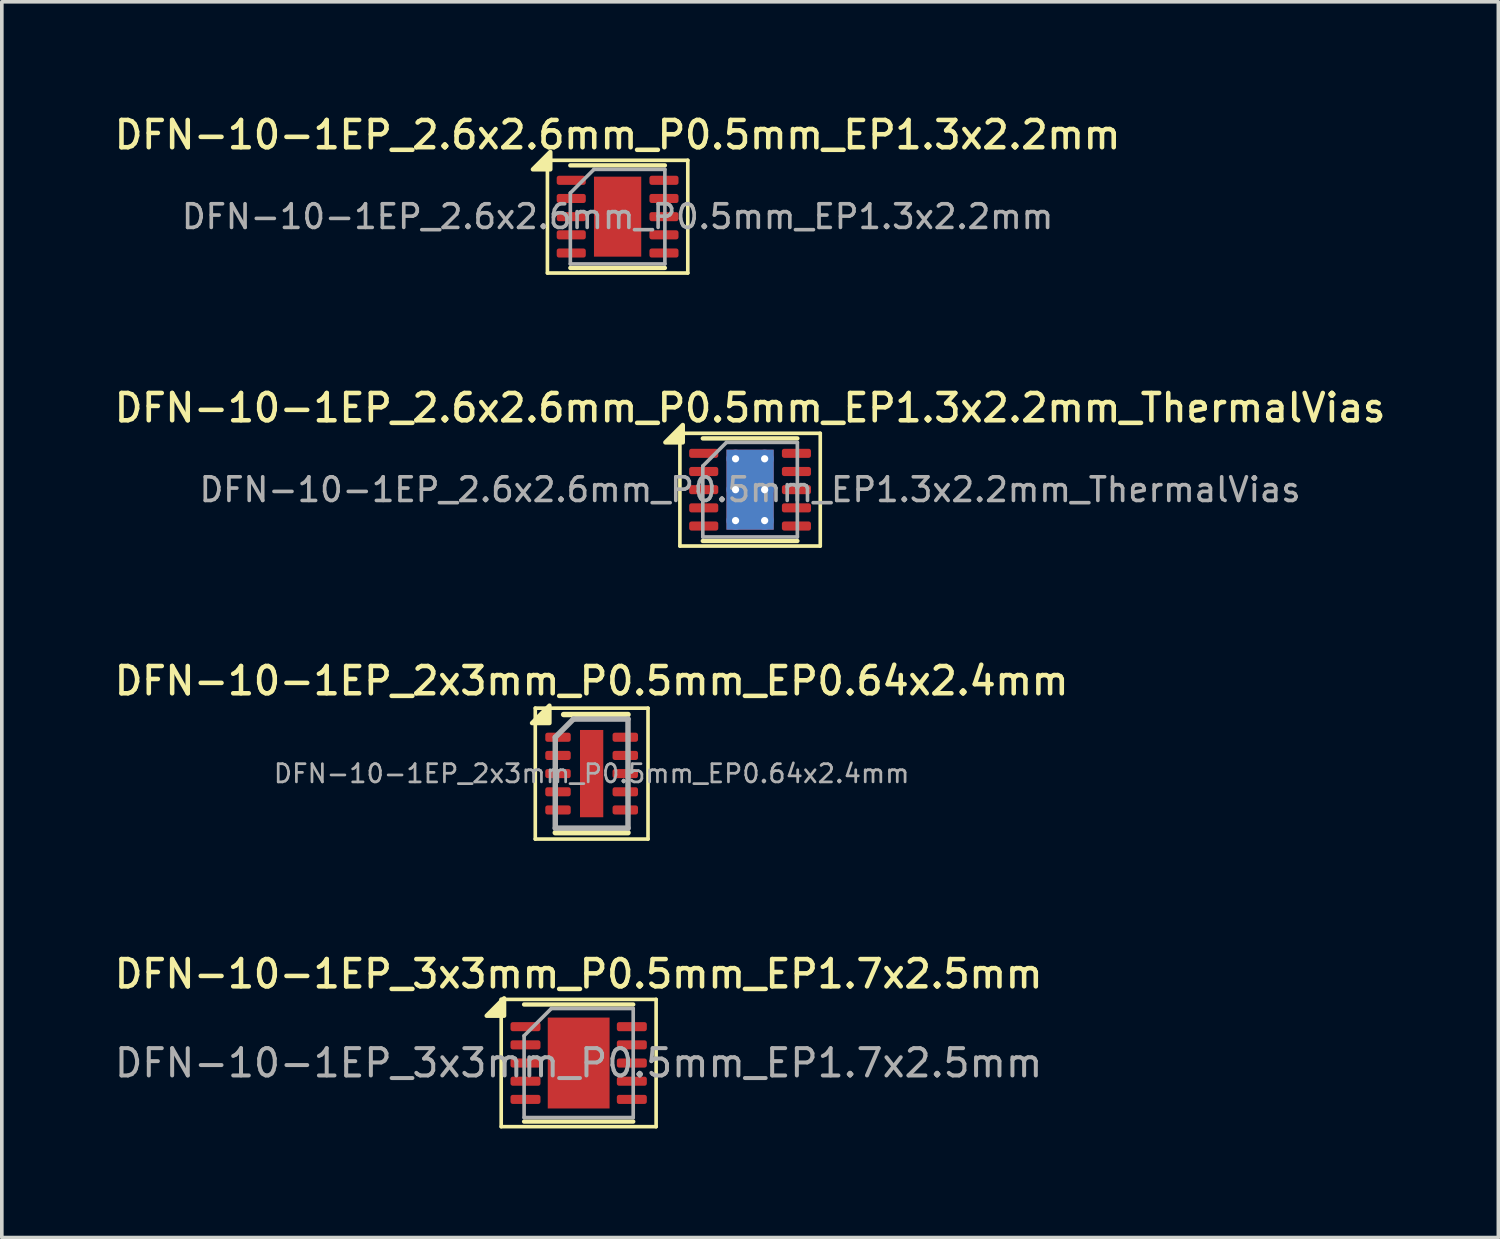
<source format=kicad_pcb>
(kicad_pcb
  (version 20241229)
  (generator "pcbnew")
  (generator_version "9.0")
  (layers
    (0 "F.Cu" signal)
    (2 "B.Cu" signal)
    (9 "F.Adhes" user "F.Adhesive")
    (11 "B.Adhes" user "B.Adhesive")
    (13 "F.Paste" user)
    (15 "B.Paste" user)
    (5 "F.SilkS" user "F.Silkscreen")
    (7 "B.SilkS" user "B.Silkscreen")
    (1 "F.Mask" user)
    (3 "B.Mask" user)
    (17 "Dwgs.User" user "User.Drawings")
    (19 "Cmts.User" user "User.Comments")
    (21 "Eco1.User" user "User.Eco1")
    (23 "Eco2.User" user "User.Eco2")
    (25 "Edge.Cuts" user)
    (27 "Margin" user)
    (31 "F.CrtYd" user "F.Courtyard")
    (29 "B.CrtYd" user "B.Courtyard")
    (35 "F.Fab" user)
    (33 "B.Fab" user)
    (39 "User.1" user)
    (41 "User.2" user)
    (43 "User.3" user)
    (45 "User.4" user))
  (footprint "DFN-10-1EP_3x3mm_P0.5mm_EP1.7x2.5mm"
    (layer "F.Cu")
    (at 12.863 26.183)
    (property "Reference" "DFN-10-1EP_3x3mm_P0.5mm_EP1.7x2.5mm" (at 0 -2.45 0) (layer "F.SilkS") (effects (font (size 0.75 0.75) (thickness 0.125))))
    (attr smd)
    (fp_line (start -2.13 -1.75) (end -2.13 1.75) (stroke (width 0.1) (type solid)) (layer "F.SilkS"))
    (fp_line (start -2.13 1.75) (end 2.13 1.75) (stroke (width 0.1) (type solid)) (layer "F.SilkS"))
    (fp_line (start -1.5 -1.61) (end 1.5 -1.61) (stroke (width 0.12) (type solid)) (layer "F.SilkS"))
    (fp_line (start -1.5 1.61) (end 1.5 1.61) (stroke (width 0.12) (type solid)) (layer "F.SilkS"))
    (fp_line (start 2.13 -1.75) (end -2.13 -1.75) (stroke (width 0.1) (type solid)) (layer "F.SilkS"))
    (fp_line (start 2.13 1.75) (end 2.13 -1.75) (stroke (width 0.1) (type solid)) (layer "F.SilkS"))
    (fp_poly (pts (xy -2.05 -1.3) (xy -2.53 -1.3) (xy -2.05 -1.78) (xy -2.05 -1.3)) (stroke (width 0.12) (type solid)) (fill yes) (layer "F.SilkS"))
    (fp_line (start -1.5 -0.75) (end -0.75 -1.5) (stroke (width 0.1) (type solid)) (layer "F.Fab"))
    (fp_line (start -1.5 1.5) (end -1.5 -0.75) (stroke (width 0.1) (type solid)) (layer "F.Fab"))
    (fp_line (start -0.75 -1.5) (end 1.5 -1.5) (stroke (width 0.1) (type solid)) (layer "F.Fab"))
    (fp_line (start 1.5 -1.5) (end 1.5 1.5) (stroke (width 0.1) (type solid)) (layer "F.Fab"))
    (fp_line (start 1.5 1.5) (end -1.5 1.5) (stroke (width 0.1) (type solid)) (layer "F.Fab"))
    (fp_text user "${REFERENCE}" (at 0 0 0) (layer "F.Fab") (effects (font (size 0.75 0.75) (thickness 0.11))))
    (pad "" smd roundrect (at -0.425 -0.625) (size 0.69 1.01) (layers "F.Paste") (roundrect_rratio 0.25))
    (pad "" smd roundrect (at -0.425 0.625) (size 0.69 1.01) (layers "F.Paste") (roundrect_rratio 0.25))
    (pad "" smd roundrect (at 0.425 -0.625) (size 0.69 1.01) (layers "F.Paste") (roundrect_rratio 0.25))
    (pad "" smd roundrect (at 0.425 0.625) (size 0.69 1.01) (layers "F.Paste") (roundrect_rratio 0.25))
    (pad "1" smd roundrect (at -1.462 -1) (size 0.825 0.25) (layers "F.Cu" "F.Mask" "F.Paste") (roundrect_rratio 0.25))
    (pad "2" smd roundrect (at -1.462 -0.5) (size 0.825 0.25) (layers "F.Cu" "F.Mask" "F.Paste") (roundrect_rratio 0.25))
    (pad "3" smd roundrect (at -1.462 0) (size 0.825 0.25) (layers "F.Cu" "F.Mask" "F.Paste") (roundrect_rratio 0.25))
    (pad "4" smd roundrect (at -1.462 0.5) (size 0.825 0.25) (layers "F.Cu" "F.Mask" "F.Paste") (roundrect_rratio 0.25))
    (pad "5" smd roundrect (at -1.462 1) (size 0.825 0.25) (layers "F.Cu" "F.Mask" "F.Paste") (roundrect_rratio 0.25))
    (pad "6" smd roundrect (at 1.462 1) (size 0.825 0.25) (layers "F.Cu" "F.Mask" "F.Paste") (roundrect_rratio 0.25))
    (pad "7" smd roundrect (at 1.462 0.5) (size 0.825 0.25) (layers "F.Cu" "F.Mask" "F.Paste") (roundrect_rratio 0.25))
    (pad "8" smd roundrect (at 1.462 0) (size 0.825 0.25) (layers "F.Cu" "F.Mask" "F.Paste") (roundrect_rratio 0.25))
    (pad "9" smd roundrect (at 1.462 -0.5) (size 0.825 0.25) (layers "F.Cu" "F.Mask" "F.Paste") (roundrect_rratio 0.25))
    (pad "10" smd roundrect (at 1.462 -1) (size 0.825 0.25) (layers "F.Cu" "F.Mask" "F.Paste") (roundrect_rratio 0.25))
    (pad "11" smd rect (at 0 0) (size 1.7 2.5) (property pad_prop_heatsink) (layers "F.Cu" "F.Mask")))
  (footprint "DFN-10-1EP_2.6x2.6mm_P0.5mm_EP1.3x2.2mm"
    (layer "F.Cu")
    (at 13.934 2.908)
    (property "Reference" "DFN-10-1EP_2.6x2.6mm_P0.5mm_EP1.3x2.2mm" (at 0 -2.25 0) (layer "F.SilkS") (effects (font (size 0.75 0.75) (thickness 0.125))))
    (attr smd)
    (fp_line (start -1.93 -1.55) (end -1.93 1.55) (stroke (width 0.1) (type solid)) (layer "F.SilkS"))
    (fp_line (start -1.93 1.55) (end 1.93 1.55) (stroke (width 0.1) (type solid)) (layer "F.SilkS"))
    (fp_line (start -1.3 -1.41) (end 1.3 -1.41) (stroke (width 0.12) (type solid)) (layer "F.SilkS"))
    (fp_line (start -1.3 1.41) (end 1.3 1.41) (stroke (width 0.12) (type solid)) (layer "F.SilkS"))
    (fp_line (start 1.93 -1.55) (end -1.93 -1.55) (stroke (width 0.1) (type solid)) (layer "F.SilkS"))
    (fp_line (start 1.93 1.55) (end 1.93 -1.55) (stroke (width 0.1) (type solid)) (layer "F.SilkS"))
    (fp_poly (pts (xy -1.85 -1.3) (xy -2.33 -1.3) (xy -1.85 -1.78) (xy -1.85 -1.3)) (stroke (width 0.12) (type solid)) (fill yes) (layer "F.SilkS"))
    (fp_line (start -1.3 -0.65) (end -0.65 -1.3) (stroke (width 0.1) (type solid)) (layer "F.Fab"))
    (fp_line (start -1.3 1.3) (end -1.3 -0.65) (stroke (width 0.1) (type solid)) (layer "F.Fab"))
    (fp_line (start -0.65 -1.3) (end 1.3 -1.3) (stroke (width 0.1) (type solid)) (layer "F.Fab"))
    (fp_line (start 1.3 -1.3) (end 1.3 1.3) (stroke (width 0.1) (type solid)) (layer "F.Fab"))
    (fp_line (start 1.3 1.3) (end -1.3 1.3) (stroke (width 0.1) (type solid)) (layer "F.Fab"))
    (fp_text user "${REFERENCE}" (at 0 0 0) (layer "F.Fab") (effects (font (size 0.65 0.65) (thickness 0.1))))
    (pad "" smd roundrect (at -0.325 -0.55) (size 0.52 0.89) (layers "F.Paste") (roundrect_rratio 0.25))
    (pad "" smd roundrect (at -0.325 0.55) (size 0.52 0.89) (layers "F.Paste") (roundrect_rratio 0.25))
    (pad "" smd roundrect (at 0.325 -0.55) (size 0.52 0.89) (layers "F.Paste") (roundrect_rratio 0.25))
    (pad "" smd roundrect (at 0.325 0.55) (size 0.52 0.89) (layers "F.Paste") (roundrect_rratio 0.25))
    (pad "1" smd roundrect (at -1.275 -1) (size 0.8 0.25) (layers "F.Cu" "F.Mask" "F.Paste") (roundrect_rratio 0.25))
    (pad "2" smd roundrect (at -1.275 -0.5) (size 0.8 0.25) (layers "F.Cu" "F.Mask" "F.Paste") (roundrect_rratio 0.25))
    (pad "3" smd roundrect (at -1.275 0) (size 0.8 0.25) (layers "F.Cu" "F.Mask" "F.Paste") (roundrect_rratio 0.25))
    (pad "4" smd roundrect (at -1.275 0.5) (size 0.8 0.25) (layers "F.Cu" "F.Mask" "F.Paste") (roundrect_rratio 0.25))
    (pad "5" smd roundrect (at -1.275 1) (size 0.8 0.25) (layers "F.Cu" "F.Mask" "F.Paste") (roundrect_rratio 0.25))
    (pad "6" smd roundrect (at 1.275 1) (size 0.8 0.25) (layers "F.Cu" "F.Mask" "F.Paste") (roundrect_rratio 0.25))
    (pad "7" smd roundrect (at 1.275 0.5) (size 0.8 0.25) (layers "F.Cu" "F.Mask" "F.Paste") (roundrect_rratio 0.25))
    (pad "8" smd roundrect (at 1.275 0) (size 0.8 0.25) (layers "F.Cu" "F.Mask" "F.Paste") (roundrect_rratio 0.25))
    (pad "9" smd roundrect (at 1.275 -0.5) (size 0.8 0.25) (layers "F.Cu" "F.Mask" "F.Paste") (roundrect_rratio 0.25))
    (pad "10" smd roundrect (at 1.275 -1) (size 0.8 0.25) (layers "F.Cu" "F.Mask" "F.Paste") (roundrect_rratio 0.25))
    (pad "11" smd rect (at 0 0) (size 1.3 2.2) (property pad_prop_heatsink) (layers "F.Cu" "F.Mask")))
  (footprint "DFN-10-1EP_2x3mm_P0.5mm_EP0.64x2.4mm"
    (layer "F.Cu")
    (at 13.22 18.224)
    (property "Reference" "DFN-10-1EP_2x3mm_P0.5mm_EP0.64x2.4mm" (at 0 -2.55 0) (layer "F.SilkS") (effects (font (size 0.75 0.75) (thickness 0.125))))
    (attr smd)
    (fp_line (start -1.55 -1.8) (end -1.55 1.8) (stroke (width 0.1) (type solid)) (layer "F.SilkS"))
    (fp_line (start -1.55 -1.8) (end 1.55 -1.8) (stroke (width 0.1) (type solid)) (layer "F.SilkS"))
    (fp_line (start -1.55 1.8) (end 1.55 1.8) (stroke (width 0.1) (type solid)) (layer "F.SilkS"))
    (fp_line (start -1 1.625) (end 1 1.625) (stroke (width 0.15) (type solid)) (layer "F.SilkS"))
    (fp_line (start -0.77 -1.625) (end 1 -1.625) (stroke (width 0.15) (type solid)) (layer "F.SilkS"))
    (fp_line (start 1.55 -1.8) (end 1.55 1.8) (stroke (width 0.1) (type solid)) (layer "F.SilkS"))
    (fp_poly (pts (xy -1.16 -1.39) (xy -1.64 -1.39) (xy -1.16 -1.87) (xy -1.16 -1.39)) (stroke (width 0.12) (type solid)) (fill yes) (layer "F.SilkS"))
    (fp_line (start -1 -1) (end -0.5 -1.5) (stroke (width 0.15) (type solid)) (layer "F.Fab"))
    (fp_line (start -1 1.5) (end -1 -1) (stroke (width 0.15) (type solid)) (layer "F.Fab"))
    (fp_line (start -0.5 -1.5) (end 1 -1.5) (stroke (width 0.15) (type solid)) (layer "F.Fab"))
    (fp_line (start 1 -1.5) (end 1 1.5) (stroke (width 0.15) (type solid)) (layer "F.Fab"))
    (fp_line (start 1 1.5) (end -1 1.5) (stroke (width 0.15) (type solid)) (layer "F.Fab"))
    (fp_text user "${REFERENCE}" (at 0 0 0) (layer "F.Fab") (effects (font (size 0.5 0.5) (thickness 0.075))))
    (pad "" smd roundrect (at 0 -0.6) (size 0.5 1) (layers "F.Paste") (roundrect_rratio 0.25))
    (pad "" smd roundrect (at 0 0.6) (size 0.5 1) (layers "F.Paste") (roundrect_rratio 0.25))
    (pad "1" smd roundrect (at -0.925 -1) (size 0.7 0.25) (layers "F.Cu" "F.Mask" "F.Paste") (roundrect_rratio 0.25))
    (pad "2" smd roundrect (at -0.925 -0.5) (size 0.7 0.25) (layers "F.Cu" "F.Mask" "F.Paste") (roundrect_rratio 0.25))
    (pad "3" smd roundrect (at -0.925 0) (size 0.7 0.25) (layers "F.Cu" "F.Mask" "F.Paste") (roundrect_rratio 0.25))
    (pad "4" smd roundrect (at -0.925 0.5) (size 0.7 0.25) (layers "F.Cu" "F.Mask" "F.Paste") (roundrect_rratio 0.25))
    (pad "5" smd roundrect (at -0.925 1) (size 0.7 0.25) (layers "F.Cu" "F.Mask" "F.Paste") (roundrect_rratio 0.25))
    (pad "6" smd roundrect (at 0.925 1) (size 0.7 0.25) (layers "F.Cu" "F.Mask" "F.Paste") (roundrect_rratio 0.25))
    (pad "7" smd roundrect (at 0.925 0.5) (size 0.7 0.25) (layers "F.Cu" "F.Mask" "F.Paste") (roundrect_rratio 0.25))
    (pad "8" smd roundrect (at 0.925 0) (size 0.7 0.25) (layers "F.Cu" "F.Mask" "F.Paste") (roundrect_rratio 0.25))
    (pad "9" smd roundrect (at 0.925 -0.5) (size 0.7 0.25) (layers "F.Cu" "F.Mask" "F.Paste") (roundrect_rratio 0.25))
    (pad "10" smd roundrect (at 0.925 -1) (size 0.7 0.25) (layers "F.Cu" "F.Mask" "F.Paste") (roundrect_rratio 0.25))
    (pad "11" smd rect (at 0 0) (size 0.64 2.4) (layers "F.Cu" "F.Mask")))
  (footprint "DFN-10-1EP_2.6x2.6mm_P0.5mm_EP1.3x2.2mm_ThermalVias"
    (layer "F.Cu")
    (at 17.577 10.416)
    (property "Reference" "DFN-10-1EP_2.6x2.6mm_P0.5mm_EP1.3x2.2mm_ThermalVias" (at 0 -2.25 0) (layer "F.SilkS") (effects (font (size 0.75 0.75) (thickness 0.125))))
    (attr smd)
    (fp_line (start -1.93 -1.55) (end -1.93 1.55) (stroke (width 0.1) (type solid)) (layer "F.SilkS"))
    (fp_line (start -1.93 1.55) (end 1.93 1.55) (stroke (width 0.1) (type solid)) (layer "F.SilkS"))
    (fp_line (start -1.3 -1.41) (end 1.3 -1.41) (stroke (width 0.12) (type solid)) (layer "F.SilkS"))
    (fp_line (start -1.3 1.41) (end 1.3 1.41) (stroke (width 0.12) (type solid)) (layer "F.SilkS"))
    (fp_line (start 1.93 -1.55) (end -1.93 -1.55) (stroke (width 0.1) (type solid)) (layer "F.SilkS"))
    (fp_line (start 1.93 1.55) (end 1.93 -1.55) (stroke (width 0.1) (type solid)) (layer "F.SilkS"))
    (fp_poly (pts (xy -1.85 -1.3) (xy -2.33 -1.3) (xy -1.85 -1.78) (xy -1.85 -1.3)) (stroke (width 0.12) (type solid)) (fill yes) (layer "F.SilkS"))
    (fp_line (start -1.3 -0.65) (end -0.65 -1.3) (stroke (width 0.1) (type solid)) (layer "F.Fab"))
    (fp_line (start -1.3 1.3) (end -1.3 -0.65) (stroke (width 0.1) (type solid)) (layer "F.Fab"))
    (fp_line (start -0.65 -1.3) (end 1.3 -1.3) (stroke (width 0.1) (type solid)) (layer "F.Fab"))
    (fp_line (start 1.3 -1.3) (end 1.3 1.3) (stroke (width 0.1) (type solid)) (layer "F.Fab"))
    (fp_line (start 1.3 1.3) (end -1.3 1.3) (stroke (width 0.1) (type solid)) (layer "F.Fab"))
    (fp_text user "${REFERENCE}" (at 0 0 0) (layer "F.Fab") (effects (font (size 0.65 0.65) (thickness 0.1))))
    (pad "" smd roundrect (at -0.325 -0.55) (size 0.52 0.89) (layers "F.Paste") (roundrect_rratio 0.25))
    (pad "" smd roundrect (at -0.325 0.55) (size 0.52 0.89) (layers "F.Paste") (roundrect_rratio 0.25))
    (pad "" smd roundrect (at 0.325 -0.55) (size 0.52 0.89) (layers "F.Paste") (roundrect_rratio 0.25))
    (pad "" smd roundrect (at 0.325 0.55) (size 0.52 0.89) (layers "F.Paste") (roundrect_rratio 0.25))
    (pad "1" smd roundrect (at -1.275 -1) (size 0.8 0.25) (layers "F.Cu" "F.Mask" "F.Paste") (roundrect_rratio 0.25))
    (pad "2" smd roundrect (at -1.275 -0.5) (size 0.8 0.25) (layers "F.Cu" "F.Mask" "F.Paste") (roundrect_rratio 0.25))
    (pad "3" smd roundrect (at -1.275 0) (size 0.8 0.25) (layers "F.Cu" "F.Mask" "F.Paste") (roundrect_rratio 0.25))
    (pad "4" smd roundrect (at -1.275 0.5) (size 0.8 0.25) (layers "F.Cu" "F.Mask" "F.Paste") (roundrect_rratio 0.25))
    (pad "5" smd roundrect (at -1.275 1) (size 0.8 0.25) (layers "F.Cu" "F.Mask" "F.Paste") (roundrect_rratio 0.25))
    (pad "6" smd roundrect (at 1.275 1) (size 0.8 0.25) (layers "F.Cu" "F.Mask" "F.Paste") (roundrect_rratio 0.25))
    (pad "7" smd roundrect (at 1.275 0.5) (size 0.8 0.25) (layers "F.Cu" "F.Mask" "F.Paste") (roundrect_rratio 0.25))
    (pad "8" smd roundrect (at 1.275 0) (size 0.8 0.25) (layers "F.Cu" "F.Mask" "F.Paste") (roundrect_rratio 0.25))
    (pad "9" smd roundrect (at 1.275 -0.5) (size 0.8 0.25) (layers "F.Cu" "F.Mask" "F.Paste") (roundrect_rratio 0.25))
    (pad "10" smd roundrect (at 1.275 -1) (size 0.8 0.25) (layers "F.Cu" "F.Mask" "F.Paste") (roundrect_rratio 0.25))
    (pad "11" thru_hole circle (at -0.4 -0.85) (size 0.5 0.5) (drill 0.2) (property pad_prop_heatsink) (layers "*.Cu"))
    (pad "11" thru_hole circle (at -0.4 0) (size 0.5 0.5) (drill 0.2) (property pad_prop_heatsink) (layers "*.Cu"))
    (pad "11" thru_hole circle (at -0.4 0.85) (size 0.5 0.5) (drill 0.2) (property pad_prop_heatsink) (layers "*.Cu"))
    (pad "11" smd rect (at 0 0) (size 1.3 2.2) (property pad_prop_heatsink) (layers "F.Cu" "F.Mask"))
    (pad "11" smd rect (at 0 0) (size 1.3 2.2) (property pad_prop_heatsink) (layers "B.Cu"))
    (pad "11" thru_hole circle (at 0.4 -0.85) (size 0.5 0.5) (drill 0.2) (property pad_prop_heatsink) (layers "*.Cu"))
    (pad "11" thru_hole circle (at 0.4 0) (size 0.5 0.5) (drill 0.2) (property pad_prop_heatsink) (layers "*.Cu"))
    (pad "11" thru_hole circle (at 0.4 0.85) (size 0.5 0.5) (drill 0.2) (property pad_prop_heatsink) (layers "*.Cu")))
  (gr_rect
    (start -3 -3)
    (end 38.154 30.983)
    (stroke (width 0.1) (type default))
    (fill no)
    (layer "Edge.Cuts")))
</source>
